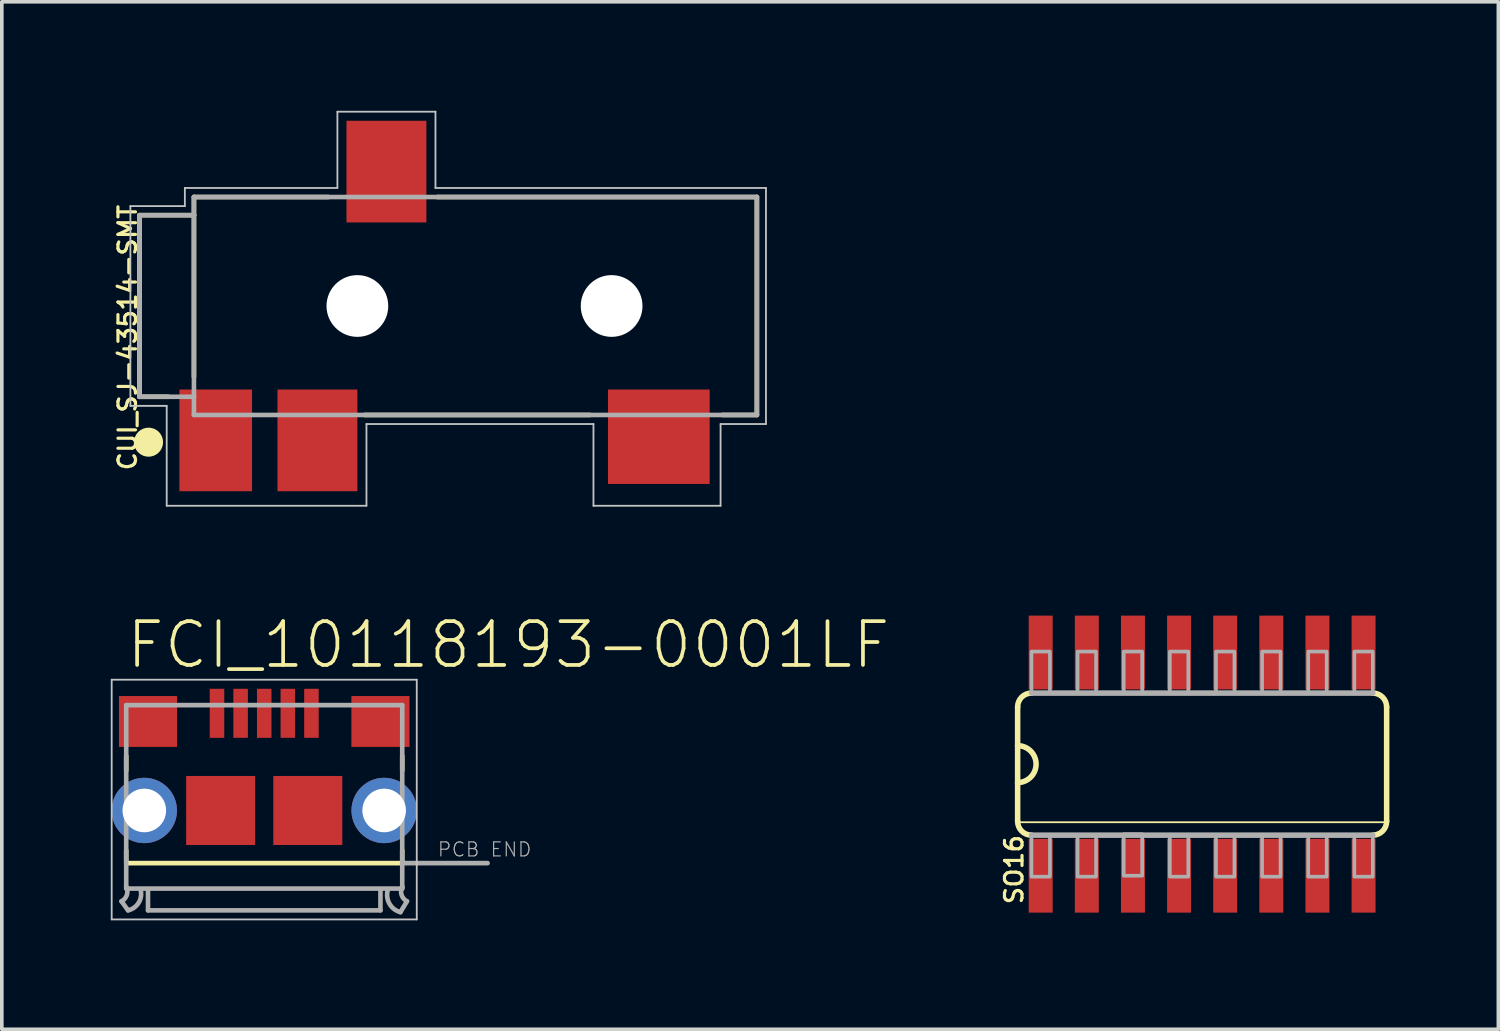
<source format=kicad_pcb>
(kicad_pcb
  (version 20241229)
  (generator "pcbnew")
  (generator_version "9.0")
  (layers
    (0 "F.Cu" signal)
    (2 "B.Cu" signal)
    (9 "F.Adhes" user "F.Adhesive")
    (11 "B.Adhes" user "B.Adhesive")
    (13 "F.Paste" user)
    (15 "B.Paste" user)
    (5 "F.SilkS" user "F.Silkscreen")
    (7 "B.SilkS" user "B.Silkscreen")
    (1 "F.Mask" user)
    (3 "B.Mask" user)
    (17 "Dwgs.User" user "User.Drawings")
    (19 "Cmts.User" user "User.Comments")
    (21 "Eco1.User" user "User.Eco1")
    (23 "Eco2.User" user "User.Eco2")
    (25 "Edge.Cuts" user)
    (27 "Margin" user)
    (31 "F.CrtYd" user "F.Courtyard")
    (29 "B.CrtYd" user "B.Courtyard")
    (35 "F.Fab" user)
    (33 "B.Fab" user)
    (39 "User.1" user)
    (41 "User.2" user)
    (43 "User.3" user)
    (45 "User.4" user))
  (footprint "SO16"
    (layer "F.Cu")
    (at 30.049 17.989)
    (property "Reference" "SO16" (at -5.461 1.905 90) (unlocked yes) (layer "F.SilkS") (effects (font (size 0.483 0.483) (thickness 0.087)) (justify right top)))
    (attr through_hole)
    (fp_line (start -5.08 -1.575) (end -5.08 -0.508) (stroke (width 0.152) (type solid)) (layer "F.SilkS"))
    (fp_line (start -5.08 -0.508) (end -5.08 0.508) (stroke (width 0.152) (type solid)) (layer "F.SilkS"))
    (fp_line (start -5.08 0.508) (end -5.08 1.575) (stroke (width 0.152) (type solid)) (layer "F.SilkS"))
    (fp_line (start -5.08 1.6) (end 5.08 1.6) (stroke (width 0.051) (type solid)) (layer "F.SilkS"))
    (fp_line (start 5.08 1.575) (end 5.08 -1.575) (stroke (width 0.152) (type solid)) (layer "F.SilkS"))
    (fp_arc (start -5.08 -1.5748) (mid -4.968408 -1.844208) (end -4.699 -1.9558) (stroke (width 0.1524) (type solid)) (layer "F.SilkS"))
    (fp_arc (start -5.08 -0.508) (mid -4.572 0) (end -5.08 0.508) (stroke (width 0.1524) (type solid)) (layer "F.SilkS"))
    (fp_arc (start -4.699 1.9558) (mid -4.968408 1.844208) (end -5.08 1.5748) (stroke (width 0.1524) (type solid)) (layer "F.SilkS"))
    (fp_arc (start 4.699 -1.9558) (mid 4.968408 -1.844208) (end 5.08 -1.5748) (stroke (width 0.1524) (type solid)) (layer "F.SilkS"))
    (fp_arc (start 5.08 1.5748) (mid 4.968408 1.844208) (end 4.699 1.9558) (stroke (width 0.1524) (type solid)) (layer "F.SilkS"))
    (fp_line (start -4.699 1.956) (end 4.699 1.956) (stroke (width 0.152) (type solid)) (layer "F.Fab"))
    (fp_line (start 4.699 -1.956) (end -4.699 -1.956) (stroke (width 0.152) (type solid)) (layer "F.Fab"))
    (fp_poly (pts (xy -4.699 -1.956) (xy -4.191 -1.956) (xy -4.191 -3.099) (xy -4.699 -3.099)) (stroke (width 0.1) (type solid)) (fill no) (layer "F.Fab"))
    (fp_poly (pts (xy -4.699 3.099) (xy -4.191 3.099) (xy -4.191 1.956) (xy -4.699 1.956)) (stroke (width 0.1) (type solid)) (fill no) (layer "F.Fab"))
    (fp_poly (pts (xy -3.429 -1.956) (xy -2.921 -1.956) (xy -2.921 -3.099) (xy -3.429 -3.099)) (stroke (width 0.1) (type solid)) (fill no) (layer "F.Fab"))
    (fp_poly (pts (xy -3.429 3.099) (xy -2.921 3.099) (xy -2.921 1.956) (xy -3.429 1.956)) (stroke (width 0.1) (type solid)) (fill no) (layer "F.Fab"))
    (fp_poly (pts (xy -2.159 -1.956) (xy -1.651 -1.956) (xy -1.651 -3.099) (xy -2.159 -3.099)) (stroke (width 0.1) (type solid)) (fill no) (layer "F.Fab"))
    (fp_poly (pts (xy -2.159 3.073) (xy -1.651 3.073) (xy -1.651 1.93) (xy -2.159 1.93)) (stroke (width 0.1) (type solid)) (fill no) (layer "F.Fab"))
    (fp_poly (pts (xy -0.889 -1.956) (xy -0.381 -1.956) (xy -0.381 -3.099) (xy -0.889 -3.099)) (stroke (width 0.1) (type solid)) (fill no) (layer "F.Fab"))
    (fp_poly (pts (xy -0.889 3.099) (xy -0.381 3.099) (xy -0.381 1.956) (xy -0.889 1.956)) (stroke (width 0.1) (type solid)) (fill no) (layer "F.Fab"))
    (fp_poly (pts (xy 0.381 -1.956) (xy 0.889 -1.956) (xy 0.889 -3.099) (xy 0.381 -3.099)) (stroke (width 0.1) (type solid)) (fill no) (layer "F.Fab"))
    (fp_poly (pts (xy 0.381 3.099) (xy 0.889 3.099) (xy 0.889 1.956) (xy 0.381 1.956)) (stroke (width 0.1) (type solid)) (fill no) (layer "F.Fab"))
    (fp_poly (pts (xy 1.651 -1.956) (xy 2.159 -1.956) (xy 2.159 -3.099) (xy 1.651 -3.099)) (stroke (width 0.1) (type solid)) (fill no) (layer "F.Fab"))
    (fp_poly (pts (xy 1.651 3.099) (xy 2.159 3.099) (xy 2.159 1.956) (xy 1.651 1.956)) (stroke (width 0.1) (type solid)) (fill no) (layer "F.Fab"))
    (fp_poly (pts (xy 2.921 -1.956) (xy 3.429 -1.956) (xy 3.429 -3.099) (xy 2.921 -3.099)) (stroke (width 0.1) (type solid)) (fill no) (layer "F.Fab"))
    (fp_poly (pts (xy 2.921 3.099) (xy 3.429 3.099) (xy 3.429 1.956) (xy 2.921 1.956)) (stroke (width 0.1) (type solid)) (fill no) (layer "F.Fab"))
    (fp_poly (pts (xy 4.191 -1.956) (xy 4.699 -1.956) (xy 4.699 -3.099) (xy 4.191 -3.099)) (stroke (width 0.1) (type solid)) (fill no) (layer "F.Fab"))
    (fp_poly (pts (xy 4.191 3.099) (xy 4.699 3.099) (xy 4.699 1.956) (xy 4.191 1.956)) (stroke (width 0.1) (type solid)) (fill no) (layer "F.Fab"))
    (pad "1" smd rect (at -4.445 3.073) (size 0.66 2.032) (layers "F.Cu" "F.Mask" "F.Paste"))
    (pad "2" smd rect (at -3.175 3.073) (size 0.66 2.032) (layers "F.Cu" "F.Mask" "F.Paste"))
    (pad "3" smd rect (at -1.905 3.073) (size 0.66 2.032) (layers "F.Cu" "F.Mask" "F.Paste"))
    (pad "4" smd rect (at -0.635 3.073) (size 0.66 2.032) (layers "F.Cu" "F.Mask" "F.Paste"))
    (pad "5" smd rect (at 0.635 3.073) (size 0.66 2.032) (layers "F.Cu" "F.Mask" "F.Paste"))
    (pad "6" smd rect (at 1.905 3.073) (size 0.66 2.032) (layers "F.Cu" "F.Mask" "F.Paste"))
    (pad "7" smd rect (at 3.175 3.073) (size 0.66 2.032) (layers "F.Cu" "F.Mask" "F.Paste"))
    (pad "8" smd rect (at 4.445 3.073) (size 0.66 2.032) (layers "F.Cu" "F.Mask" "F.Paste"))
    (pad "9" smd rect (at 4.445 -3.073) (size 0.66 2.032) (layers "F.Cu" "F.Mask" "F.Paste"))
    (pad "10" smd rect (at 3.175 -3.073) (size 0.66 2.032) (layers "F.Cu" "F.Mask" "F.Paste"))
    (pad "11" smd rect (at 1.905 -3.073) (size 0.66 2.032) (layers "F.Cu" "F.Mask" "F.Paste"))
    (pad "12" smd rect (at 0.635 -3.073) (size 0.66 2.032) (layers "F.Cu" "F.Mask" "F.Paste"))
    (pad "13" smd rect (at -0.635 -3.073) (size 0.66 2.032) (layers "F.Cu" "F.Mask" "F.Paste"))
    (pad "14" smd rect (at -1.905 -3.073) (size 0.66 2.032) (layers "F.Cu" "F.Mask" "F.Paste"))
    (pad "15" smd rect (at -3.175 -3.073) (size 0.66 2.032) (layers "F.Cu" "F.Mask" "F.Paste"))
    (pad "16" smd rect (at -4.445 -3.073) (size 0.66 2.032) (layers "F.Cu" "F.Mask" "F.Paste")))
  (footprint "FCI_10118193-0001LF"
    (layer "F.Cu")
    (at 4.225 19.265)
    (property "Reference" "FCI_10118193-0001LF" (at -3.854 -3.854 0) (layer "F.SilkS") (effects (font (size 1.206 1.206) (thickness 0.102)) (justify left bottom)))
    (attr through_hole)
    (fp_line (start -3.8 -1.5) (end -3.8 -1.1) (stroke (width 0.127) (type solid)) (layer "F.SilkS"))
    (fp_line (start -3.8 1.1) (end -3.8 1.4) (stroke (width 0.127) (type solid)) (layer "F.SilkS"))
    (fp_line (start -3.8 1.45) (end 3.8 1.45) (stroke (width 0.127) (type solid)) (layer "F.SilkS"))
    (fp_line (start 3.8 -1.1) (end 3.8 -1.5) (stroke (width 0.127) (type solid)) (layer "F.SilkS"))
    (fp_line (start 3.8 1.1) (end 3.8 1.4) (stroke (width 0.127) (type solid)) (layer "F.SilkS"))
    (fp_line (start -4.2 -3.6) (end -4.2 3) (stroke (width 0.05) (type solid)) (layer "Dwgs.User"))
    (fp_line (start -4.2 3) (end 4.2 3) (stroke (width 0.05) (type solid)) (layer "Dwgs.User"))
    (fp_line (start 4.2 -3.6) (end -4.2 -3.6) (stroke (width 0.05) (type solid)) (layer "Dwgs.User"))
    (fp_line (start 4.2 3) (end 4.2 -3.6) (stroke (width 0.05) (type solid)) (layer "Dwgs.User"))
    (fp_line (start -3.93 2.5) (end -3.75 2.75) (stroke (width 0.127) (type solid)) (layer "F.Fab"))
    (fp_line (start -3.8 -2.9) (end 3.8 -2.9) (stroke (width 0.127) (type solid)) (layer "F.Fab"))
    (fp_line (start -3.8 2.1) (end -3.8 -2.9) (stroke (width 0.127) (type solid)) (layer "F.Fab"))
    (fp_line (start -3.8 2.15) (end -3.8 2.1) (stroke (width 0.127) (type solid)) (layer "F.Fab"))
    (fp_line (start -3.2 2.2) (end -3.2 2.75) (stroke (width 0.127) (type solid)) (layer "F.Fab"))
    (fp_line (start -3.2 2.75) (end 3.2 2.75) (stroke (width 0.127) (type solid)) (layer "F.Fab"))
    (fp_line (start 3.2 2.75) (end 3.2 2.2) (stroke (width 0.127) (type solid)) (layer "F.Fab"))
    (fp_line (start 3.8 -2.9) (end 3.8 1.45) (stroke (width 0.127) (type solid)) (layer "F.Fab"))
    (fp_line (start 3.8 1.45) (end 3.8 2.1) (stroke (width 0.127) (type solid)) (layer "F.Fab"))
    (fp_line (start 3.8 1.45) (end 6.15 1.45) (stroke (width 0.127) (type solid)) (layer "F.Fab"))
    (fp_line (start 3.8 2.1) (end 3.8 2.15) (stroke (width 0.127) (type solid)) (layer "F.Fab"))
    (fp_line (start 3.8 2.15) (end -3.8 2.15) (stroke (width 0.127) (type solid)) (layer "F.Fab"))
    (fp_line (start 3.93 2.5) (end 3.75 2.8) (stroke (width 0.127) (type solid)) (layer "F.Fab"))
    (fp_arc (start -3.8 2.1) (mid -3.782157 2.326924) (end -3.93 2.5) (stroke (width 0.127) (type solid)) (layer "F.Fab"))
    (fp_arc (start -3.4 2.2) (mid -3.461091 2.547487) (end -3.75 2.75) (stroke (width 0.127) (type solid)) (layer "F.Fab"))
    (fp_arc (start 3.75 2.8) (mid 3.450736 2.572487) (end 3.4 2.2) (stroke (width 0.127) (type solid)) (layer "F.Fab"))
    (fp_arc (start 3.93 2.5) (mid 3.782157 2.326924) (end 3.8 2.1) (stroke (width 0.127) (type solid)) (layer "F.Fab"))
    (fp_text user "PCB END" (at 4.75 1.3 0) (layer "F.Fab") (effects (font (size 0.386 0.386) (thickness 0.033)) (justify left bottom)))
    (pad "1" smd rect (at -1.3 -2.675) (size 0.4 1.35) (layers "F.Cu" "F.Mask" "F.Paste"))
    (pad "2" smd rect (at -0.65 -2.675) (size 0.4 1.35) (layers "F.Cu" "F.Mask" "F.Paste"))
    (pad "3" smd rect (at 0 -2.675) (size 0.4 1.35) (layers "F.Cu" "F.Mask" "F.Paste"))
    (pad "4" smd rect (at 0.65 -2.675) (size 0.4 1.35) (layers "F.Cu" "F.Mask" "F.Paste"))
    (pad "5" smd rect (at 1.3 -2.675) (size 0.4 1.35) (layers "F.Cu" "F.Mask" "F.Paste"))
    (pad "S1" smd rect (at -3.2 -2.45) (size 1.6 1.4) (layers "F.Cu" "F.Mask" "F.Paste"))
    (pad "S2" smd rect (at 3.2 -2.45) (size 1.6 1.4) (layers "F.Cu" "F.Mask" "F.Paste"))
    (pad "S3" smd rect (at 1.2 0) (size 1.9 1.9) (layers "F.Cu" "F.Mask" "F.Paste"))
    (pad "S4" smd rect (at -1.2 0) (size 1.9 1.9) (layers "F.Cu" "F.Mask" "F.Paste"))
    (pad "S5" thru_hole circle (at 3.302 0) (size 1.8 1.8) (drill 1.2) (layers "*.Cu" "*.Mask"))
    (pad "S6" thru_hole circle (at -3.302 0) (size 1.8 1.8) (drill 1.2) (layers "*.Cu" "*.Mask")))
  (footprint "CUI_SJ-43514-SMT"
    (layer "F.Cu")
    (at 10.04 5.375)
    (property "Reference" "CUI_SJ-43514-SMT" (at -9.296 4.572 270) (layer "F.SilkS") (effects (font (size 0.483 0.483) (thickness 0.087)) (justify left bottom)))
    (attr through_hole)
    (fp_line (start -9.25 -2.5) (end -9.25 2.5) (stroke (width 0.127) (type solid)) (layer "F.SilkS"))
    (fp_line (start -9.25 2.5) (end -8.45 2.5) (stroke (width 0.127) (type solid)) (layer "F.SilkS"))
    (fp_line (start -7.75 -3) (end -7.75 -2.5) (stroke (width 0.127) (type solid)) (layer "F.SilkS"))
    (fp_line (start -7.75 -2.5) (end -9.25 -2.5) (stroke (width 0.127) (type solid)) (layer "F.SilkS"))
    (fp_line (start -7.75 -2.5) (end -7.75 1.95) (stroke (width 0.127) (type solid)) (layer "F.SilkS"))
    (fp_line (start -4.05 -3) (end -7.75 -3) (stroke (width 0.127) (type solid)) (layer "F.SilkS"))
    (fp_line (start -3.05 3) (end 3.15 3) (stroke (width 0.127) (type solid)) (layer "F.SilkS"))
    (fp_line (start 6.8 3) (end 7.75 3) (stroke (width 0.127) (type solid)) (layer "F.SilkS"))
    (fp_line (start 7.75 -3) (end -1.05 -3) (stroke (width 0.127) (type solid)) (layer "F.SilkS"))
    (fp_line (start 7.75 -3) (end 7.75 3) (stroke (width 0.127) (type solid)) (layer "F.SilkS"))
    (fp_circle (center -9 3.75) (end -8.8 3.75) (stroke (width 0.4) (type solid)) (fill no) (layer "F.SilkS"))
    (fp_line (start -9.5 -2.75) (end -8 -2.75) (stroke (width 0.05) (type solid)) (layer "Dwgs.User"))
    (fp_line (start -9.5 2.75) (end -9.5 -2.75) (stroke (width 0.05) (type solid)) (layer "Dwgs.User"))
    (fp_line (start -8.5 2.75) (end -9.5 2.75) (stroke (width 0.05) (type solid)) (layer "Dwgs.User"))
    (fp_line (start -8.5 5.5) (end -8.5 2.75) (stroke (width 0.05) (type solid)) (layer "Dwgs.User"))
    (fp_line (start -8 -3.25) (end -3.8 -3.25) (stroke (width 0.05) (type solid)) (layer "Dwgs.User"))
    (fp_line (start -8 -2.75) (end -8 -3.25) (stroke (width 0.05) (type solid)) (layer "Dwgs.User"))
    (fp_line (start -3.8 -5.35) (end -1.1 -5.35) (stroke (width 0.05) (type solid)) (layer "Dwgs.User"))
    (fp_line (start -3.8 -3.25) (end -3.8 -5.35) (stroke (width 0.05) (type solid)) (layer "Dwgs.User"))
    (fp_line (start -3 3.25) (end -3 5.5) (stroke (width 0.05) (type solid)) (layer "Dwgs.User"))
    (fp_line (start -3 5.5) (end -8.5 5.5) (stroke (width 0.05) (type solid)) (layer "Dwgs.User"))
    (fp_line (start -1.1 -5.35) (end -1.1 -3.25) (stroke (width 0.05) (type solid)) (layer "Dwgs.User"))
    (fp_line (start -1.1 -3.25) (end 8 -3.25) (stroke (width 0.05) (type solid)) (layer "Dwgs.User"))
    (fp_line (start 3.25 3.25) (end -3 3.25) (stroke (width 0.05) (type solid)) (layer "Dwgs.User"))
    (fp_line (start 3.25 5.5) (end 3.25 3.25) (stroke (width 0.05) (type solid)) (layer "Dwgs.User"))
    (fp_line (start 6.75 3.25) (end 6.75 5.5) (stroke (width 0.05) (type solid)) (layer "Dwgs.User"))
    (fp_line (start 6.75 5.5) (end 3.25 5.5) (stroke (width 0.05) (type solid)) (layer "Dwgs.User"))
    (fp_line (start 8 -3.25) (end 8 3.25) (stroke (width 0.05) (type solid)) (layer "Dwgs.User"))
    (fp_line (start 8 3.25) (end 6.75 3.25) (stroke (width 0.05) (type solid)) (layer "Dwgs.User"))
    (fp_line (start -9.25 -2.5) (end -9.25 2.5) (stroke (width 0.127) (type solid)) (layer "F.Fab"))
    (fp_line (start -9.25 2.5) (end -7.75 2.5) (stroke (width 0.127) (type solid)) (layer "F.Fab"))
    (fp_line (start -7.75 -3) (end -7.75 -2.5) (stroke (width 0.127) (type solid)) (layer "F.Fab"))
    (fp_line (start -7.75 -2.5) (end -9.25 -2.5) (stroke (width 0.127) (type solid)) (layer "F.Fab"))
    (fp_line (start -7.75 -2.5) (end -7.75 2.5) (stroke (width 0.127) (type solid)) (layer "F.Fab"))
    (fp_line (start -7.75 2.5) (end -7.75 3) (stroke (width 0.127) (type solid)) (layer "F.Fab"))
    (fp_line (start -7.75 3) (end 7.75 3) (stroke (width 0.127) (type solid)) (layer "F.Fab"))
    (fp_line (start 7.75 -3) (end -7.75 -3) (stroke (width 0.127) (type solid)) (layer "F.Fab"))
    (fp_line (start 7.75 3) (end 7.75 -3) (stroke (width 0.127) (type solid)) (layer "F.Fab"))
    (pad "" np_thru_hole circle (at -3.25 0) (size 1.7 1.7) (drill 1.7) (layers "*.Cu" "*.Mask"))
    (pad "" np_thru_hole circle (at 3.75 0) (size 1.7 1.7) (drill 1.7) (layers "*.Cu" "*.Mask"))
    (pad "1" smd rect (at -7.15 3.7 180) (size 2 2.8) (layers "F.Cu" "F.Mask" "F.Paste"))
    (pad "2" smd rect (at 5.05 3.6 180) (size 2.8 2.6) (layers "F.Cu" "F.Mask" "F.Paste"))
    (pad "3" smd rect (at -2.45 -3.7 180) (size 2.2 2.8) (layers "F.Cu" "F.Mask" "F.Paste"))
    (pad "4" smd rect (at -4.35 3.7 180) (size 2.2 2.8) (layers "F.Cu" "F.Mask" "F.Paste")))
  (gr_rect
    (start -3 -3)
    (end 38.205 25.29)
    (stroke (width 0.1) (type default))
    (fill no)
    (layer "Edge.Cuts")))
</source>
